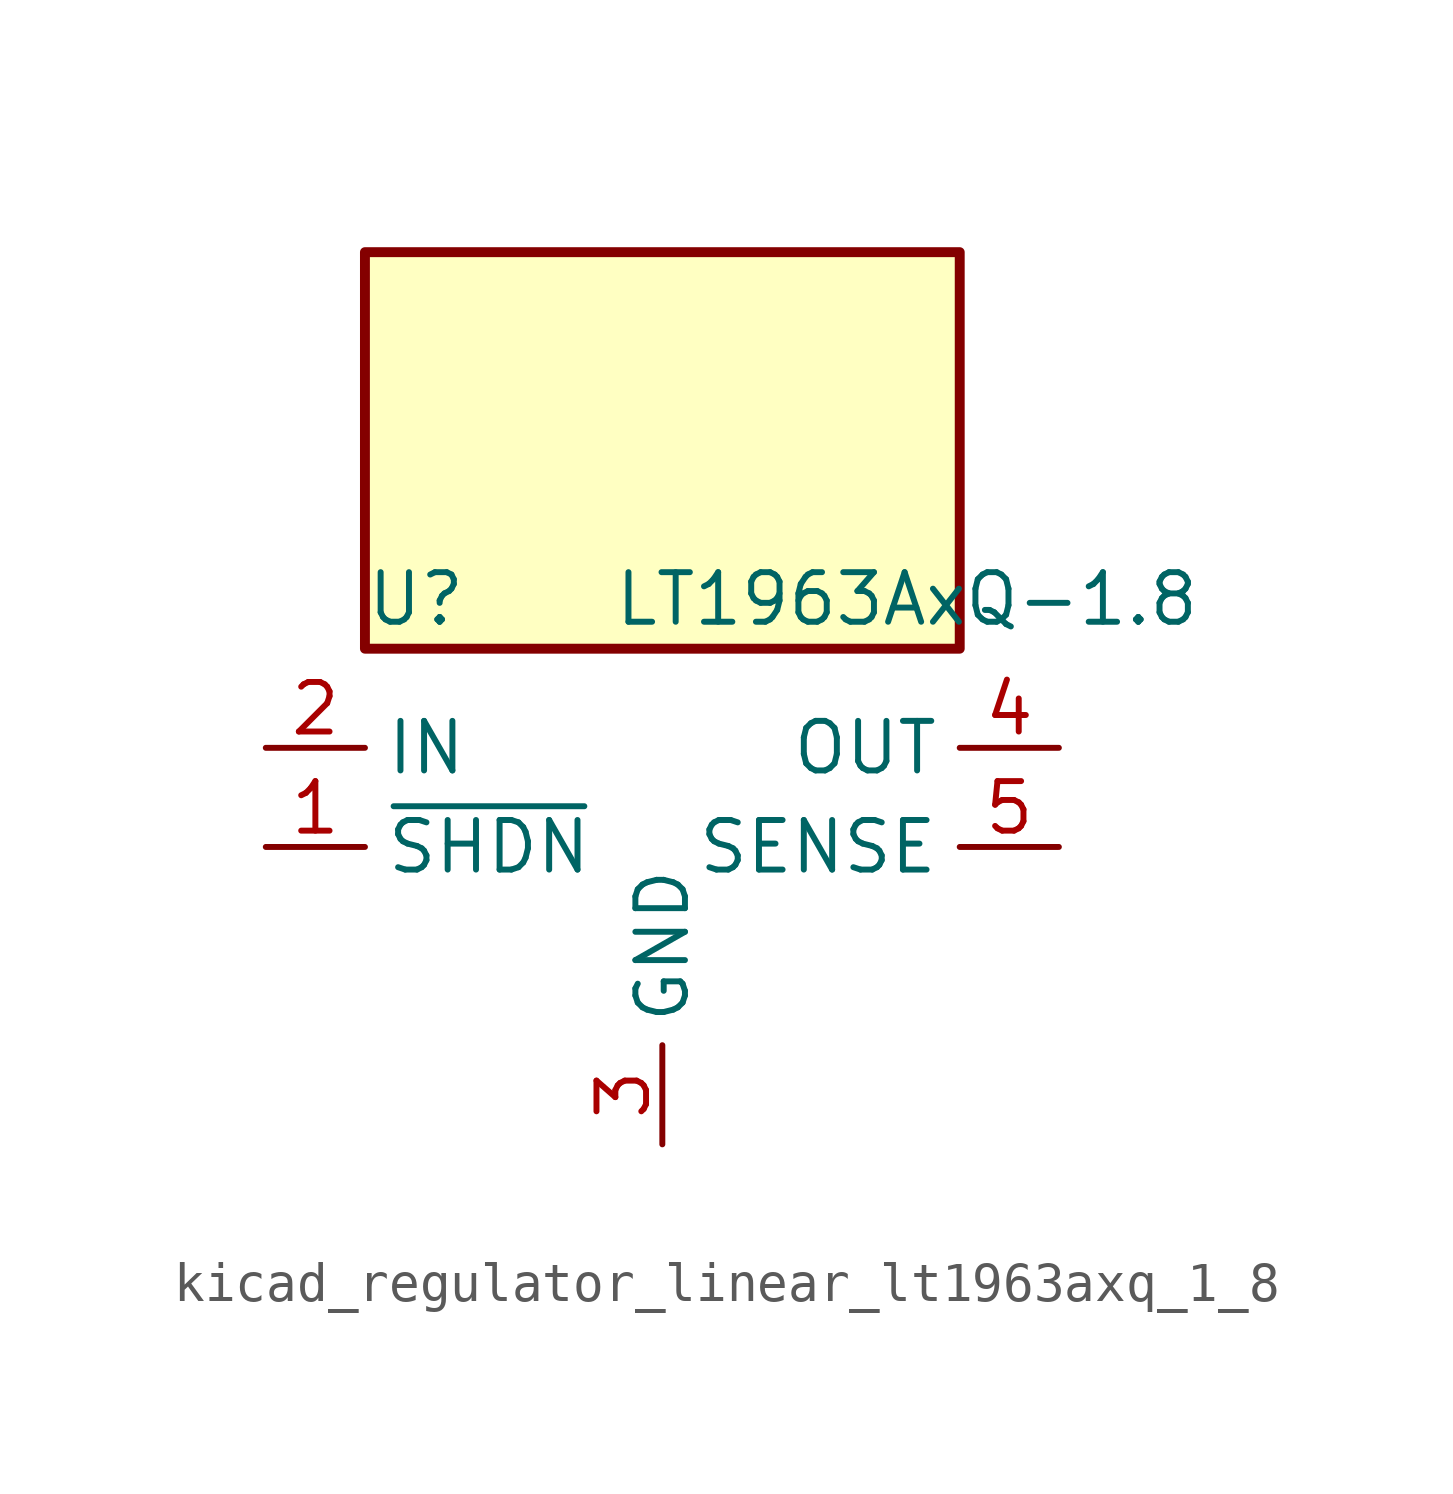
<source format=kicad_sym>
(kicad_symbol_lib
  (version 20220914)
  (generator kicad_symbol_editor)
  (symbol "kicad_regulator_linear_lt1963axq_1_8"
    (property "Reference" "U"
      (at -7.62 6.35 0)
      (effects (font (size 1.27 1.27)) (justify left)))
    (property "Value" "LT1963AxQ-1.8"
      (at -1.27 6.35 0)
      (effects (font (size 1.27 1.27)) (justify left)))
    (symbol "kicad_regulator_linear_lt1963axq_1_8_0_1"
      (rectangle (start 7.62 15.24) (end -7.62 5.08) (stroke (width 0.254) (type default)) (fill (type background))))
    (symbol "kicad_regulator_linear_lt1963axq_1_8_1_1"
      (pin input line (at -10.16 0 0) (length 2.54) (name "~{SHDN}" (effects (font (size 1.27 1.27)))) (number "1" (effects (font (size 1.27 1.27)))))
      (pin power_in line (at -10.16 2.54 0) (length 2.54) (name "IN" (effects (font (size 1.27 1.27)))) (number "2" (effects (font (size 1.27 1.27)))))
      (pin power_in line (at 0 -7.62 90) (length 2.54) (name "GND" (effects (font (size 1.27 1.27)))) (number "3" (effects (font (size 1.27 1.27)))))
      (pin power_out line (at 10.16 2.54 180) (length 2.54) (name "OUT" (effects (font (size 1.27 1.27)))) (number "4" (effects (font (size 1.27 1.27)))))
      (pin input line (at 10.16 0 180) (length 2.54) (name "SENSE" (effects (font (size 1.27 1.27)))) (number "5" (effects (font (size 1.27 1.27))))))))
</source>
